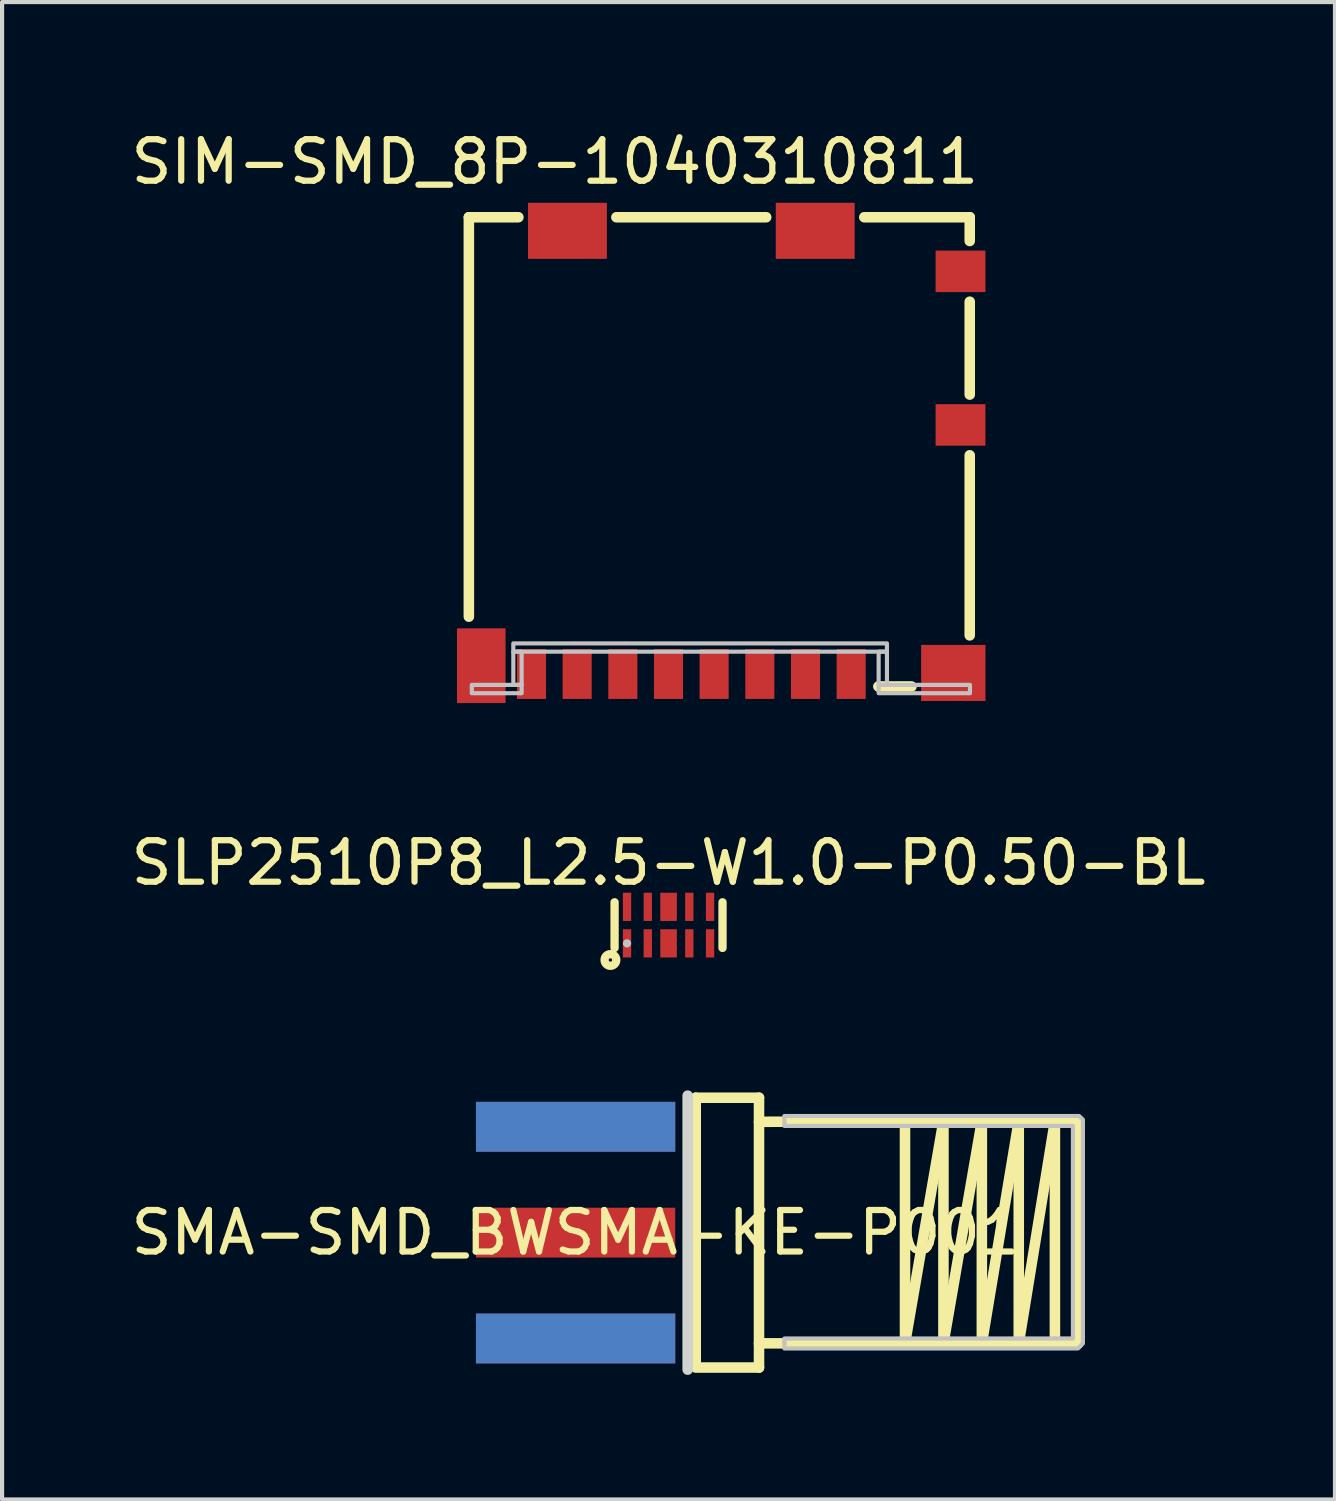
<source format=kicad_pcb>
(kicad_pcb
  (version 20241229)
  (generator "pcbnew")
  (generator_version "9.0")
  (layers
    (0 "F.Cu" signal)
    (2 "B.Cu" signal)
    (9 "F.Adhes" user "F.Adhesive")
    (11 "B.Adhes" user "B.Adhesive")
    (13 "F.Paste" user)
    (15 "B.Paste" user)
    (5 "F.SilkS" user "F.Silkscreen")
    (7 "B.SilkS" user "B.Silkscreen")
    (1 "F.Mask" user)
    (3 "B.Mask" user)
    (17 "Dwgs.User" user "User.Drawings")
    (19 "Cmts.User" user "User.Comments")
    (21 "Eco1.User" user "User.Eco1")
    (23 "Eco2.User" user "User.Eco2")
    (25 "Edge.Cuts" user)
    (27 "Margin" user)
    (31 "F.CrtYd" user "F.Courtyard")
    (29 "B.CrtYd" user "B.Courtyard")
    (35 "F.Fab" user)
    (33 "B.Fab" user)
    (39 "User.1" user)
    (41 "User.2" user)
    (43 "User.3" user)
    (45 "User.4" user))
  (footprint "SIM-SMD_8P-1040310811"
    (layer "F.Cu")
    (at 14.315 7.848)
    (property "Reference" "SIM-SMD_8P-1040310811" (at -4 -7 0) (layer "F.SilkS") (effects (font (size 1 1) (thickness 0.15))))
    (fp_line (start -6.071 -5.665) (end -4.878 -5.665) (stroke (width 0.254) (type default)) (layer "F.SilkS"))
    (fp_line (start -6.071 3.957) (end -6.071 -5.665) (stroke (width 0.254) (type default)) (layer "F.SilkS"))
    (fp_line (start -2.517 -5.665) (end 1.091 -5.665) (stroke (width 0.254) (type default)) (layer "F.SilkS"))
    (fp_line (start 3.454 -5.665) (end 5.994 -5.665) (stroke (width 0.254) (type default)) (layer "F.SilkS"))
    (fp_line (start 3.793 5.638) (end 4.591 5.638) (stroke (width 0.254) (type default)) (layer "F.SilkS"))
    (fp_line (start 5.994 -5.665) (end 5.994 -5.093) (stroke (width 0.254) (type default)) (layer "F.SilkS"))
    (fp_line (start 5.994 -3.631) (end 5.994 -1.393) (stroke (width 0.254) (type default)) (layer "F.SilkS"))
    (fp_line (start 5.994 0.069) (end 5.994 4.407) (stroke (width 0.254) (type default)) (layer "F.SilkS"))
    (fp_poly (pts (xy -6 5.8) (xy -4.8 5.8) (xy -4.8 5.6) (xy -6 5.6)) (stroke (width 0.1) (type default)) (fill no) (layer "Dwgs.User"))
    (fp_poly (pts (xy -5 4.8) (xy 4 4.8) (xy 4 4.6) (xy -5 4.6)) (stroke (width 0.1) (type default)) (fill no) (layer "Dwgs.User"))
    (fp_poly (pts (xy -4.8 5.6) (xy -4.8 4.8) (xy -5 4.8) (xy -5 5.6)) (stroke (width 0.1) (type default)) (fill no) (layer "Dwgs.User"))
    (fp_poly (pts (xy 3.8 5.6) (xy 3.8 4.8) (xy 4 4.8) (xy 4 5.6)) (stroke (width 0.1) (type default)) (fill no) (layer "Dwgs.User"))
    (fp_poly (pts (xy 3.8 5.8) (xy 6 5.8) (xy 6 5.6) (xy 3.8 5.6)) (stroke (width 0.1) (type default)) (fill no) (layer "Dwgs.User"))
    (fp_poly (pts (xy -5.963 4.438) (xy -5.312 4.438) (xy -5.312 5.737) (xy -5.963 5.737)) (stroke (width 0.1) (type default)) (fill no) (layer "User.1"))
    (fp_poly (pts (xy -4.732 4.75) (xy -4.393 4.75) (xy -4.393 5.7) (xy -4.732 5.7)) (stroke (width 0.1) (type default)) (fill no) (layer "User.1"))
    (fp_poly (pts (xy -4.397 -5.65) (xy -2.998 -5.65) (xy -2.998 -4.75) (xy -4.397 -4.75)) (stroke (width 0.1) (type default)) (fill no) (layer "User.1"))
    (fp_poly (pts (xy -3.632 4.75) (xy -3.292 4.75) (xy -3.292 5.7) (xy -3.632 5.7)) (stroke (width 0.1) (type default)) (fill no) (layer "User.1"))
    (fp_poly (pts (xy -2.533 4.75) (xy -2.192 4.75) (xy -2.192 5.7) (xy -2.533 5.7)) (stroke (width 0.1) (type default)) (fill no) (layer "User.1"))
    (fp_poly (pts (xy -1.433 4.75) (xy -1.093 4.75) (xy -1.093 5.7) (xy -1.433 5.7)) (stroke (width 0.1) (type default)) (fill no) (layer "User.1"))
    (fp_poly (pts (xy -0.333 4.75) (xy 0.007 4.75) (xy 0.007 5.7) (xy -0.333 5.7)) (stroke (width 0.1) (type default)) (fill no) (layer "User.1"))
    (fp_poly (pts (xy 0.767 4.75) (xy 1.107 4.75) (xy 1.107 5.7) (xy 0.767 5.7)) (stroke (width 0.1) (type default)) (fill no) (layer "User.1"))
    (fp_poly (pts (xy 1.573 -5.65) (xy 2.973 -5.65) (xy 2.973 -4.75) (xy 1.573 -4.75)) (stroke (width 0.1) (type default)) (fill no) (layer "User.1"))
    (fp_poly (pts (xy 1.867 4.75) (xy 2.208 4.75) (xy 2.208 5.7) (xy 1.867 5.7)) (stroke (width 0.1) (type default)) (fill no) (layer "User.1"))
    (fp_poly (pts (xy 2.967 4.75) (xy 3.308 4.75) (xy 3.308 5.7) (xy 2.967 5.7)) (stroke (width 0.1) (type default)) (fill no) (layer "User.1"))
    (fp_poly (pts (xy 5.002 4.9) (xy 6.002 4.9) (xy 6.002 5.75) (xy 5.002 5.75)) (stroke (width 0.1) (type default)) (fill no) (layer "User.1"))
    (fp_poly (pts (xy 5.352 -4.688) (xy 6.002 -4.688) (xy 6.002 -4.037) (xy 5.352 -4.037)) (stroke (width 0.1) (type default)) (fill no) (layer "User.1"))
    (fp_poly (pts (xy 5.352 -0.988) (xy 6.002 -0.988) (xy 6.002 -0.338) (xy 5.352 -0.338)) (stroke (width 0.1) (type default)) (fill no) (layer "User.1"))
    (fp_line (start -5.95 -5.33) (end -5.8 -5.33) (stroke (width 0.051) (type default)) (layer "User.2"))
    (fp_line (start -5.95 5.75) (end -5.95 -5.33) (stroke (width 0.051) (type default)) (layer "User.2"))
    (fp_line (start -5.8 -5.65) (end 5.85 -5.65) (stroke (width 0.051) (type default)) (layer "User.2"))
    (fp_line (start -5.8 -5.33) (end -5.8 -5.65) (stroke (width 0.051) (type default)) (layer "User.2"))
    (fp_line (start -4.86 4.8) (end -4.86 5.75) (stroke (width 0.051) (type default)) (layer "User.2"))
    (fp_line (start -4.86 5.75) (end -5.95 5.75) (stroke (width 0.051) (type default)) (layer "User.2"))
    (fp_line (start 3.8 4.8) (end -4.86 4.8) (stroke (width 0.051) (type default)) (layer "User.2"))
    (fp_line (start 3.8 5.75) (end 3.8 4.8) (stroke (width 0.051) (type default)) (layer "User.2"))
    (fp_line (start 5.85 -5.65) (end 5.85 -5.33) (stroke (width 0.051) (type default)) (layer "User.2"))
    (fp_line (start 5.85 -5.33) (end 6 -5.33) (stroke (width 0.051) (type default)) (layer "User.2"))
    (fp_line (start 6 -5.33) (end 6 5.75) (stroke (width 0.051) (type default)) (layer "User.2"))
    (fp_line (start 6 5.75) (end 3.8 5.75) (stroke (width 0.051) (type default)) (layer "User.2"))
    (fp_poly (pts (xy 6.062 5.75) (xy 6.044 5.708) (xy 6.002 5.69) (xy 5.96 5.708) (xy 5.942 5.75) (xy 5.96 5.792) (xy 6.002 5.81) (xy 6.044 5.792)) (stroke (width 0.1) (type default)) (fill no) (layer "User.3"))
    (pad "1" smd rect (at 3.138 5.338) (size 0.7 1.2) (layers "F.Cu" "F.Mask" "F.Paste"))
    (pad "2" smd rect (at 2.038 5.338) (size 0.7 1.2) (layers "F.Cu" "F.Mask" "F.Paste"))
    (pad "3" smd rect (at 0.938 5.338) (size 0.7 1.2) (layers "F.Cu" "F.Mask" "F.Paste"))
    (pad "4" smd rect (at -0.163 5.338) (size 0.7 1.2) (layers "F.Cu" "F.Mask" "F.Paste"))
    (pad "5" smd rect (at -1.262 5.338) (size 0.7 1.2) (layers "F.Cu" "F.Mask" "F.Paste"))
    (pad "6" smd rect (at -2.362 5.338) (size 0.7 1.2) (layers "F.Cu" "F.Mask" "F.Paste"))
    (pad "7" smd rect (at -3.462 5.338) (size 0.7 1.2) (layers "F.Cu" "F.Mask" "F.Paste"))
    (pad "8" smd rect (at -4.562 5.338) (size 0.7 1.2) (layers "F.Cu" "F.Mask" "F.Paste"))
    (pad "9" smd rect (at -5.772 5.138) (size 1.17 1.8) (layers "F.Cu" "F.Mask" "F.Paste"))
    (pad "10" smd rect (at 5.598 5.312) (size 1.55 1.35) (layers "F.Cu" "F.Mask" "F.Paste"))
    (pad "11" smd rect (at 5.772 -0.662) (size 1.2 1) (layers "F.Cu" "F.Mask" "F.Paste"))
    (pad "12" smd rect (at 5.772 -4.362) (size 1.2 1) (layers "F.Cu" "F.Mask" "F.Paste"))
    (pad "13" smd rect (at 2.272 -5.338) (size 1.9 1.35) (layers "F.Cu" "F.Mask" "F.Paste"))
    (pad "14" smd rect (at -3.697 -5.338) (size 1.9 1.35) (layers "F.Cu" "F.Mask" "F.Paste")))
  (footprint "SLP2510P8_L2.5-W1.0-P0.50-BL"
    (layer "F.Cu")
    (at 13.054 19.234)
    (property "Reference" "SLP2510P8_L2.5-W1.0-P0.50-BL" (at 0 -1.5 0) (layer "F.SilkS") (effects (font (size 1 1) (thickness 0.15))))
    (fp_line (start -1.3 -0.55) (end -1.3 0.55) (stroke (width 0.2) (type default)) (layer "F.SilkS"))
    (fp_line (start 1.3 -0.55) (end 1.3 0.55) (stroke (width 0.2) (type default)) (layer "F.SilkS"))
    (fp_circle (center -1.4 0.84) (end -1.359 0.84) (stroke (width 0.2) (type default)) (fill no) (layer "F.SilkS"))
    (fp_circle (center -1 0.44) (end -0.95 0.44) (stroke (width 0.1) (type default)) (fill no) (layer "Dwgs.User"))
    (fp_poly (pts (xy -1.1 0.12) (xy -0.9 0.12) (xy -0.9 0.5) (xy -1.1 0.5)) (stroke (width 0.1) (type default)) (fill no) (layer "User.1"))
    (fp_poly (pts (xy -0.9 -0.12) (xy -1.1 -0.12) (xy -1.1 -0.5) (xy -0.9 -0.5)) (stroke (width 0.1) (type default)) (fill no) (layer "User.1"))
    (fp_poly (pts (xy -0.601 0.12) (xy -0.401 0.12) (xy -0.401 0.5) (xy -0.601 0.5)) (stroke (width 0.1) (type default)) (fill no) (layer "User.1"))
    (fp_poly (pts (xy -0.401 -0.12) (xy -0.601 -0.12) (xy -0.601 -0.5) (xy -0.401 -0.5)) (stroke (width 0.1) (type default)) (fill no) (layer "User.1"))
    (fp_poly (pts (xy -0.19 0.12) (xy 0.19 0.12) (xy 0.19 0.52) (xy -0.19 0.52)) (stroke (width 0.1) (type default)) (fill no) (layer "User.1"))
    (fp_poly (pts (xy 0.19 -0.12) (xy -0.19 -0.12) (xy -0.19 -0.52) (xy 0.19 -0.52)) (stroke (width 0.1) (type default)) (fill no) (layer "User.1"))
    (fp_poly (pts (xy 0.401 0.12) (xy 0.601 0.12) (xy 0.601 0.5) (xy 0.401 0.5)) (stroke (width 0.1) (type default)) (fill no) (layer "User.1"))
    (fp_poly (pts (xy 0.601 -0.12) (xy 0.401 -0.12) (xy 0.401 -0.5) (xy 0.601 -0.5)) (stroke (width 0.1) (type default)) (fill no) (layer "User.1"))
    (fp_poly (pts (xy 0.9 0.12) (xy 1.1 0.12) (xy 1.1 0.5) (xy 0.9 0.5)) (stroke (width 0.1) (type default)) (fill no) (layer "User.1"))
    (fp_poly (pts (xy 1.1 -0.12) (xy 0.9 -0.12) (xy 0.9 -0.5) (xy 1.1 -0.5)) (stroke (width 0.1) (type default)) (fill no) (layer "User.1"))
    (fp_line (start -1.25 -0.5) (end 1.25 -0.5) (stroke (width 0.051) (type default)) (layer "User.2"))
    (fp_line (start -1.25 0.5) (end -1.25 -0.5) (stroke (width 0.051) (type default)) (layer "User.2"))
    (fp_line (start 1.25 -0.5) (end 1.25 0.5) (stroke (width 0.051) (type default)) (layer "User.2"))
    (fp_line (start 1.25 0.5) (end -1.25 0.5) (stroke (width 0.051) (type default)) (layer "User.2"))
    (fp_poly (pts (xy -1.19 0.5) (xy -1.208 0.458) (xy -1.25 0.44) (xy -1.292 0.458) (xy -1.31 0.5) (xy -1.292 0.542) (xy -1.25 0.56) (xy -1.208 0.542)) (stroke (width 0.1) (type default)) (fill no) (layer "User.3"))
    (pad "1" smd rect (at -1 0.44) (size 0.2 0.68) (layers "F.Cu" "F.Mask" "F.Paste"))
    (pad "2" smd rect (at -0.5 0.44) (size 0.2 0.68) (layers "F.Cu" "F.Mask" "F.Paste"))
    (pad "3" smd rect (at 0.001 0.44) (size 0.4 0.68) (layers "F.Cu" "F.Mask" "F.Paste"))
    (pad "4" smd rect (at 0.5 0.44) (size 0.2 0.68) (layers "F.Cu" "F.Mask" "F.Paste"))
    (pad "5" smd rect (at 1 0.44) (size 0.2 0.68) (layers "F.Cu" "F.Mask" "F.Paste"))
    (pad "6" smd rect (at 1 -0.44) (size 0.2 0.68) (layers "F.Cu" "F.Mask" "F.Paste"))
    (pad "7" smd rect (at 0.5 -0.44) (size 0.2 0.68) (layers "F.Cu" "F.Mask" "F.Paste"))
    (pad "8" smd rect (at 0.001 -0.44) (size 0.4 0.68) (layers "F.Cu" "F.Mask" "F.Paste"))
    (pad "9" smd rect (at -0.5 -0.44) (size 0.2 0.68) (layers "F.Cu" "F.Mask" "F.Paste"))
    (pad "10" smd rect (at -1 -0.44) (size 0.2 0.68) (layers "F.Cu" "F.Mask" "F.Paste")))
  (footprint "SMA-SMD_BWSMA-KE-P001"
    (layer "F.Cu")
    (at 10.815 26.642)
    (property "Reference" "SMA-SMD_BWSMA-KE-P001" (at 0 0 0) (layer "F.SilkS") (effects (font (size 1 1) (thickness 0.15))))
    (fp_line (start 2.894 -3.25) (end 2.894 3.175) (stroke (width 0.254) (type default)) (layer "F.SilkS"))
    (fp_line (start 4.418 -3.25) (end 2.894 -3.25) (stroke (width 0.254) (type default)) (layer "F.SilkS"))
    (fp_line (start 4.418 -3.25) (end 4.418 3.25) (stroke (width 0.254) (type default)) (layer "F.SilkS"))
    (fp_line (start 4.418 3.25) (end 2.894 3.25) (stroke (width 0.254) (type default)) (layer "F.SilkS"))
    (fp_line (start 7.935 -2.689) (end 7.935 2.667) (stroke (width 0.254) (type default)) (layer "F.SilkS"))
    (fp_line (start 7.935 2.667) (end 8.861 -2.689) (stroke (width 0.254) (type default)) (layer "F.SilkS"))
    (fp_line (start 8.861 -2.689) (end 8.861 2.667) (stroke (width 0.254) (type default)) (layer "F.SilkS"))
    (fp_line (start 8.861 2.667) (end 9.786 -2.689) (stroke (width 0.254) (type default)) (layer "F.SilkS"))
    (fp_line (start 9.786 -2.689) (end 9.786 2.667) (stroke (width 0.254) (type default)) (layer "F.SilkS"))
    (fp_line (start 9.786 2.667) (end 10.675 -2.689) (stroke (width 0.254) (type default)) (layer "F.SilkS"))
    (fp_line (start 10.675 -2.689) (end 10.675 2.667) (stroke (width 0.254) (type default)) (layer "F.SilkS"))
    (fp_line (start 10.675 2.667) (end 11.546 -2.689) (stroke (width 0.254) (type default)) (layer "F.SilkS"))
    (fp_line (start 11.546 -2.689) (end 4.418 -2.67) (stroke (width 0.254) (type default)) (layer "F.SilkS"))
    (fp_line (start 11.546 -2.689) (end 11.546 2.667) (stroke (width 0.254) (type default)) (layer "F.SilkS"))
    (fp_line (start 11.546 -2.689) (end 12.089 -2.689) (stroke (width 0.254) (type default)) (layer "F.SilkS"))
    (fp_line (start 11.546 2.667) (end 4.418 2.667) (stroke (width 0.254) (type default)) (layer "F.SilkS"))
    (fp_line (start 11.546 2.667) (end 12.1 2.667) (stroke (width 0.254) (type default)) (layer "F.SilkS"))
    (fp_line (start 12.089 -2.689) (end 12.1 -2.7) (stroke (width 0.254) (type default)) (layer "F.SilkS"))
    (fp_line (start 12.1 -2.7) (end 12.1 2.68) (stroke (width 0.254) (type default)) (layer "F.SilkS"))
    (fp_poly (pts (xy 5.03 -2.81) (xy 5.03 -2.57) (xy 11.98 -2.57) (xy 11.98 2.55) (xy 5.03 2.55) (xy 5.03 2.79) (xy 12.1 2.79) (xy 12.22 2.67) (xy 12.22 -2.72) (xy 12.13 -2.81)) (stroke (width 0.1) (type default)) (fill no) (layer "Dwgs.User"))
    (fp_line (start 2.7 -3.3) (end 2.7 3.3) (stroke (width 0.254) (type default)) (layer "Edge.Cuts"))
    (fp_poly (pts (xy -1.4 -3) (xy 2.6 -3) (xy 2.6 -2.1) (xy -1.4 -2.1)) (stroke (width 0.1) (type default)) (fill no) (layer "User.1"))
    (fp_poly (pts (xy -1.4 -3) (xy 2.6 -3) (xy 2.6 -2.1) (xy -1.4 -2.1)) (stroke (width 0.1) (type default)) (fill no) (layer "User.1"))
    (fp_poly (pts (xy -1.4 -0.45) (xy 2.6 -0.45) (xy 2.6 0.45) (xy -1.4 0.45)) (stroke (width 0.1) (type default)) (fill no) (layer "User.1"))
    (fp_poly (pts (xy -1.4 2.1) (xy 2.6 2.1) (xy 2.6 3) (xy -1.4 3)) (stroke (width 0.1) (type default)) (fill no) (layer "User.1"))
    (fp_poly (pts (xy -1.4 2.1) (xy 2.6 2.1) (xy 2.6 3) (xy -1.4 3)) (stroke (width 0.1) (type default)) (fill no) (layer "User.1"))
    (fp_line (start 2.55 -3.25) (end 2.55 3.25) (stroke (width 0.051) (type default)) (layer "User.2"))
    (fp_line (start 2.55 3.25) (end 4.418 3.25) (stroke (width 0.051) (type default)) (layer "User.2"))
    (fp_line (start 4.418 -3.25) (end 2.55 -3.25) (stroke (width 0.051) (type default)) (layer "User.2"))
    (fp_line (start 4.418 3.25) (end 4.418 -3.25) (stroke (width 0.051) (type default)) (layer "User.2"))
    (fp_poly (pts (xy 4.478 3.25) (xy 4.46 3.208) (xy 4.418 3.19) (xy 4.376 3.208) (xy 4.358 3.25) (xy 4.376 3.292) (xy 4.418 3.31) (xy 4.46 3.292)) (stroke (width 0.1) (type default)) (fill no) (layer "User.3"))
    (pad "1" smd rect (at 0 2.55) (size 4.8 1.2) (layers "F.Cu" "F.Mask" "F.Paste"))
    (pad "2" smd rect (at 0 -2.55) (size 4.8 1.2) (layers "F.Cu" "F.Mask" "F.Paste"))
    (pad "3" smd rect (at 0 -2.55) (size 4.8 1.2) (layers "B.Cu" "B.Mask" "B.Paste"))
    (pad "4" smd rect (at 0 2.55) (size 4.8 1.2) (layers "B.Cu" "B.Mask" "B.Paste"))
    (pad "5" smd rect (at 0 0) (size 4.8 1.2) (layers "F.Cu" "F.Mask" "F.Paste")))
  (gr_rect
    (start -3 -3)
    (end 29.107 33.069)
    (stroke (width 0.1) (type default))
    (fill no)
    (layer "Edge.Cuts")))
</source>
